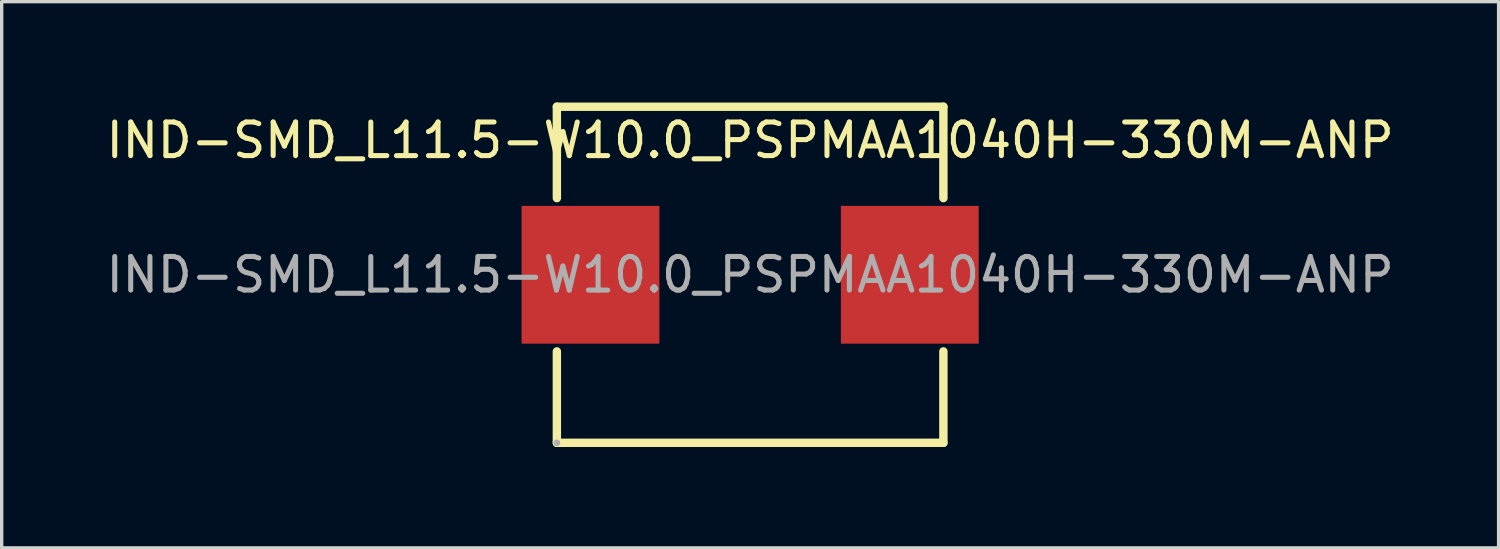
<source format=kicad_pcb>
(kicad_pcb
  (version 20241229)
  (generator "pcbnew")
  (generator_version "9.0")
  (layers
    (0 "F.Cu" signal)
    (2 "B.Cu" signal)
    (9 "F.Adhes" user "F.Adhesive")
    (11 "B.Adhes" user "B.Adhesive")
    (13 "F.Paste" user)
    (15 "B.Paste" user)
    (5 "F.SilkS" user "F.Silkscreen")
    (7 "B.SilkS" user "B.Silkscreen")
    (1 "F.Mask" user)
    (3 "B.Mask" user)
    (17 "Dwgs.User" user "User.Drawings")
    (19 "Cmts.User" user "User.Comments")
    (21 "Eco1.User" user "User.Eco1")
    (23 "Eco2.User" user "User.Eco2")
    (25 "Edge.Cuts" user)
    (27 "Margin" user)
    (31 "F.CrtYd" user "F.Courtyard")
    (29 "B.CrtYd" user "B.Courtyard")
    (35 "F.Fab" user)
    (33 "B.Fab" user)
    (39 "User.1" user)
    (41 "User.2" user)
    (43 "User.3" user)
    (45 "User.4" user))
  (footprint "IND-SMD_L11.5-W10.0_PSPMAA1040H-330M-ANP"
    (layer "F.Cu")
    (at 19.268 5.125)
    (property "Reference" "IND-SMD_L11.5-W10.0_PSPMAA1040H-330M-ANP" (at 0 -4 0) (layer "F.SilkS") (effects (font (size 1 1) (thickness 0.15))))
    (attr smd)
    (fp_line (start -5.75 -5) (end -5.75 -2.28) (stroke (width 0.25) (type solid)) (layer "F.SilkS"))
    (fp_line (start -5.75 -5) (end 5.75 -5) (stroke (width 0.25) (type solid)) (layer "F.SilkS"))
    (fp_line (start -5.75 2.28) (end -5.75 5) (stroke (width 0.25) (type solid)) (layer "F.SilkS"))
    (fp_line (start 5.75 -2.28) (end 5.75 -5) (stroke (width 0.25) (type solid)) (layer "F.SilkS"))
    (fp_line (start 5.75 5) (end -5.75 5) (stroke (width 0.25) (type solid)) (layer "F.SilkS"))
    (fp_line (start 5.75 5) (end 5.75 2.28) (stroke (width 0.25) (type solid)) (layer "F.SilkS"))
    (fp_circle (center -5.75 5) (end -5.7 5) (stroke (width 0.1) (type solid)) (fill no) (layer "F.Fab"))
    (fp_text user "${REFERENCE}" (at 0 0 0) (layer "F.Fab") (effects (font (size 1 1) (thickness 0.15))))
    (pad "1" smd rect (at -4.75 0) (size 4.1 4.1) (layers "F.Cu" "F.Mask" "F.Paste"))
    (pad "2" smd rect (at 4.75 0) (size 4.1 4.1) (layers "F.Cu" "F.Mask" "F.Paste")))
  (gr_rect
    (start -3 -3)
    (end 41.536 13.25)
    (stroke (width 0.1) (type default))
    (fill no)
    (layer "Edge.Cuts")))
</source>
